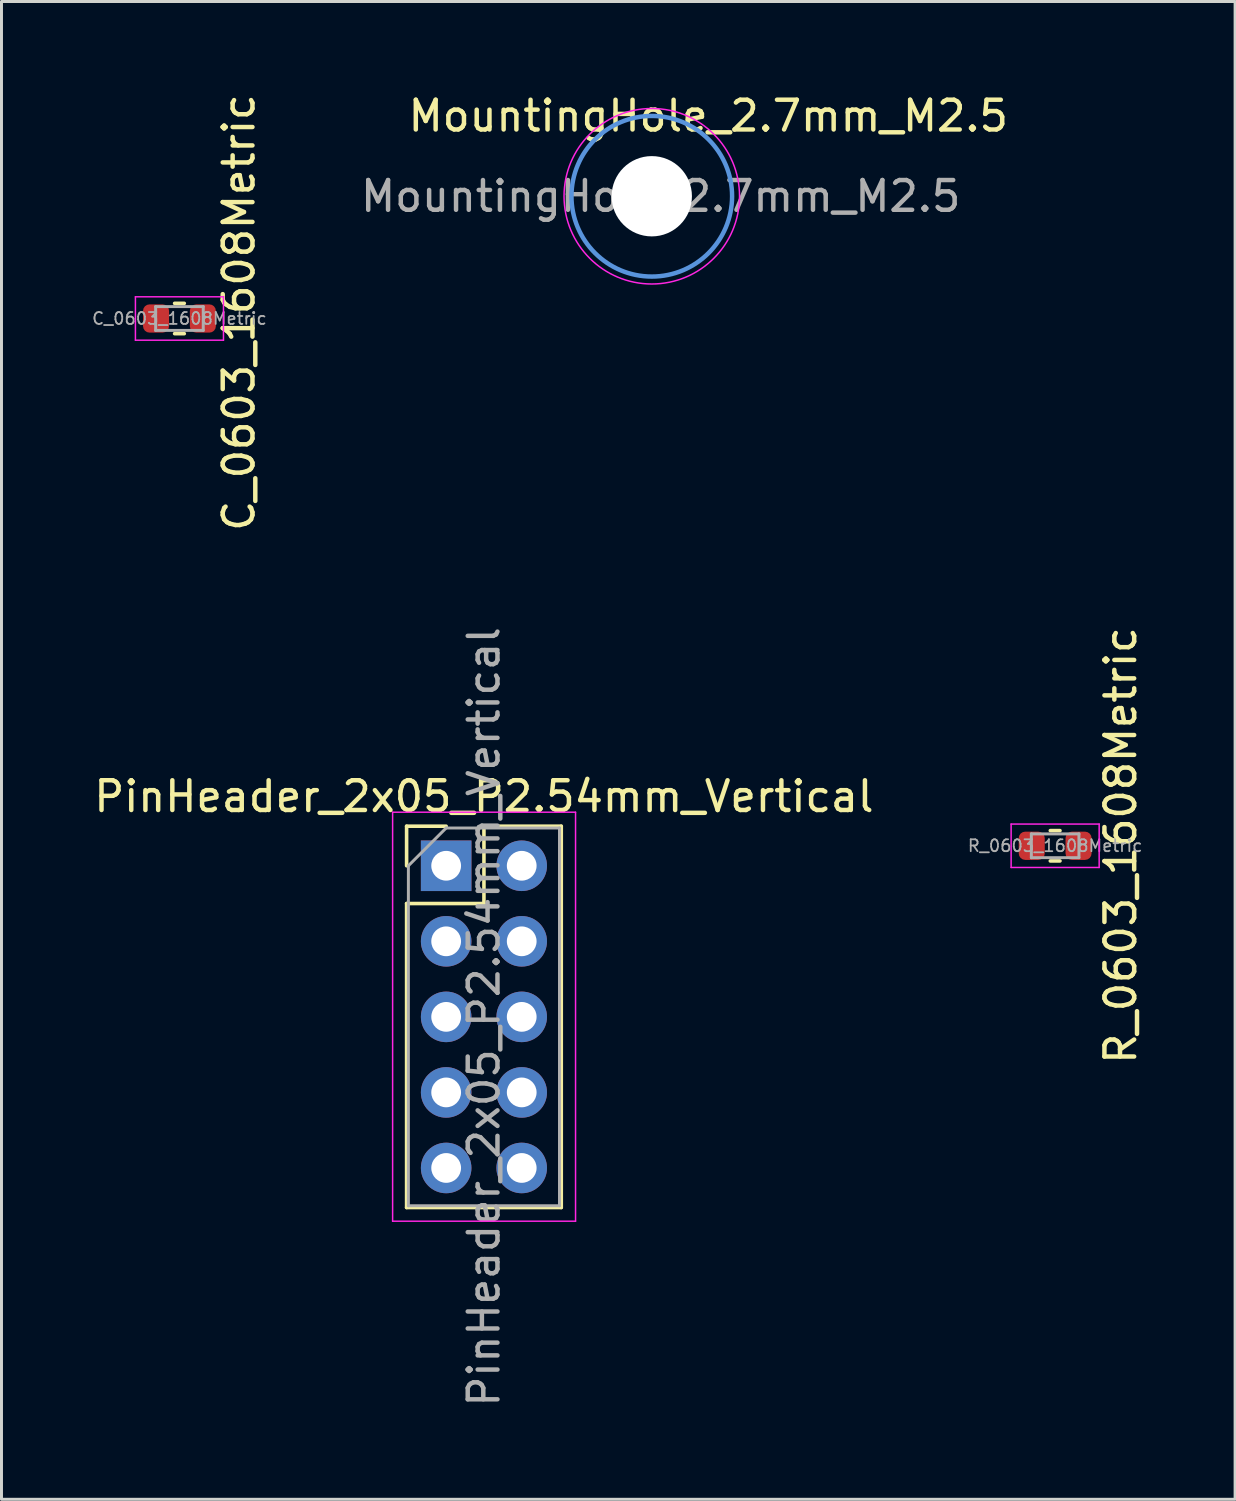
<source format=kicad_pcb>
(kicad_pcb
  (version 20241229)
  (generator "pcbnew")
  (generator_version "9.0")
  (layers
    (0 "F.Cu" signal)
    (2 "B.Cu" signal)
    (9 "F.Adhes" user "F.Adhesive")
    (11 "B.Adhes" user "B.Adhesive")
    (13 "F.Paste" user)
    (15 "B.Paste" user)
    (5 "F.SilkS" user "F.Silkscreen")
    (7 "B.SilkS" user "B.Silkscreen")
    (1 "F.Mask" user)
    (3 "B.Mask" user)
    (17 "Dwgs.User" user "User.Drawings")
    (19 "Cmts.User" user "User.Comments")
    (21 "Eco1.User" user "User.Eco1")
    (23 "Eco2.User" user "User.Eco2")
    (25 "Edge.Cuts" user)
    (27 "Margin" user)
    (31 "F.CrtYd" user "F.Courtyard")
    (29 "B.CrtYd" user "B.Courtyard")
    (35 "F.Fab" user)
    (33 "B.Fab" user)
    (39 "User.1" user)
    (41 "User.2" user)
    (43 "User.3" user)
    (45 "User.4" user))
  (footprint "R_0603_1608Metric"
    (layer "F.Cu")
    (at 32.424 25.385)
    (property "Reference" "R_0603_1608Metric" (at 2.202 -0.01 270) (layer "F.SilkS") (effects (font (size 1 1) (thickness 0.15))))
    (attr smd)
    (fp_line (start -0.163 -0.51) (end 0.163 -0.51) (stroke (width 0.12) (type solid)) (layer "F.SilkS"))
    (fp_line (start -0.163 0.51) (end 0.163 0.51) (stroke (width 0.12) (type solid)) (layer "F.SilkS"))
    (fp_line (start -1.48 -0.73) (end 1.48 -0.73) (stroke (width 0.05) (type solid)) (layer "F.CrtYd"))
    (fp_line (start -1.48 0.73) (end -1.48 -0.73) (stroke (width 0.05) (type solid)) (layer "F.CrtYd"))
    (fp_line (start 1.48 -0.73) (end 1.48 0.73) (stroke (width 0.05) (type solid)) (layer "F.CrtYd"))
    (fp_line (start 1.48 0.73) (end -1.48 0.73) (stroke (width 0.05) (type solid)) (layer "F.CrtYd"))
    (fp_line (start -0.8 -0.4) (end 0.8 -0.4) (stroke (width 0.1) (type solid)) (layer "F.Fab"))
    (fp_line (start -0.8 0.4) (end -0.8 -0.4) (stroke (width 0.1) (type solid)) (layer "F.Fab"))
    (fp_line (start 0.8 -0.4) (end 0.8 0.4) (stroke (width 0.1) (type solid)) (layer "F.Fab"))
    (fp_line (start 0.8 0.4) (end -0.8 0.4) (stroke (width 0.1) (type solid)) (layer "F.Fab"))
    (fp_text user "${REFERENCE}" (at 0 0 180) (layer "F.Fab") (effects (font (size 0.4 0.4) (thickness 0.06))))
    (pad "1" smd roundrect (at -0.787 0) (size 0.875 0.95) (layers "F.Cu" "F.Mask" "F.Paste") (roundrect_rratio 0.25))
    (pad "2" smd roundrect (at 0.787 0) (size 0.875 0.95) (layers "F.Cu" "F.Mask" "F.Paste") (roundrect_rratio 0.25)))
  (footprint "PinHeader_2x05_P2.54mm_Vertical"
    (layer "F.Cu")
    (at 11.95 26.057)
    (property "Reference" "PinHeader_2x05_P2.54mm_Vertical" (at 1.27 -2.33 0) (layer "F.SilkS") (effects (font (size 1 1) (thickness 0.15))))
    (attr through_hole)
    (fp_line (start -1.33 -1.33) (end 0 -1.33) (stroke (width 0.12) (type solid)) (layer "F.SilkS"))
    (fp_line (start -1.33 0) (end -1.33 -1.33) (stroke (width 0.12) (type solid)) (layer "F.SilkS"))
    (fp_line (start -1.33 1.27) (end -1.33 11.49) (stroke (width 0.12) (type solid)) (layer "F.SilkS"))
    (fp_line (start -1.33 1.27) (end 1.27 1.27) (stroke (width 0.12) (type solid)) (layer "F.SilkS"))
    (fp_line (start -1.33 11.49) (end 3.87 11.49) (stroke (width 0.12) (type solid)) (layer "F.SilkS"))
    (fp_line (start 1.27 -1.33) (end 3.87 -1.33) (stroke (width 0.12) (type solid)) (layer "F.SilkS"))
    (fp_line (start 1.27 1.27) (end 1.27 -1.33) (stroke (width 0.12) (type solid)) (layer "F.SilkS"))
    (fp_line (start 3.87 -1.33) (end 3.87 11.49) (stroke (width 0.12) (type solid)) (layer "F.SilkS"))
    (fp_line (start -1.8 -1.8) (end -1.8 11.95) (stroke (width 0.05) (type solid)) (layer "F.CrtYd"))
    (fp_line (start -1.8 11.95) (end 4.35 11.95) (stroke (width 0.05) (type solid)) (layer "F.CrtYd"))
    (fp_line (start 4.35 -1.8) (end -1.8 -1.8) (stroke (width 0.05) (type solid)) (layer "F.CrtYd"))
    (fp_line (start 4.35 11.95) (end 4.35 -1.8) (stroke (width 0.05) (type solid)) (layer "F.CrtYd"))
    (fp_line (start -1.27 0) (end 0 -1.27) (stroke (width 0.1) (type solid)) (layer "F.Fab"))
    (fp_line (start -1.27 11.43) (end -1.27 0) (stroke (width 0.1) (type solid)) (layer "F.Fab"))
    (fp_line (start 0 -1.27) (end 3.81 -1.27) (stroke (width 0.1) (type solid)) (layer "F.Fab"))
    (fp_line (start 3.81 -1.27) (end 3.81 11.43) (stroke (width 0.1) (type solid)) (layer "F.Fab"))
    (fp_line (start 3.81 11.43) (end -1.27 11.43) (stroke (width 0.1) (type solid)) (layer "F.Fab"))
    (fp_text user "${REFERENCE}" (at 1.27 5.08 90) (layer "F.Fab") (effects (font (size 1 1) (thickness 0.15))))
    (pad "1" thru_hole rect (at 0 0) (size 1.7 1.7) (drill 1) (layers "*.Cu" "*.Mask"))
    (pad "2" thru_hole oval (at 2.54 0) (size 1.7 1.7) (drill 1) (layers "*.Cu" "*.Mask"))
    (pad "3" thru_hole oval (at 0 2.54) (size 1.7 1.7) (drill 1) (layers "*.Cu" "*.Mask"))
    (pad "4" thru_hole oval (at 2.54 2.54) (size 1.7 1.7) (drill 1) (layers "*.Cu" "*.Mask"))
    (pad "5" thru_hole oval (at 0 5.08) (size 1.7 1.7) (drill 1) (layers "*.Cu" "*.Mask"))
    (pad "6" thru_hole oval (at 2.54 5.08) (size 1.7 1.7) (drill 1) (layers "*.Cu" "*.Mask"))
    (pad "7" thru_hole oval (at 0 7.62) (size 1.7 1.7) (drill 1) (layers "*.Cu" "*.Mask"))
    (pad "8" thru_hole oval (at 2.54 7.62) (size 1.7 1.7) (drill 1) (layers "*.Cu" "*.Mask"))
    (pad "9" thru_hole oval (at 0 10.16) (size 1.7 1.7) (drill 1) (layers "*.Cu" "*.Mask"))
    (pad "10" thru_hole oval (at 2.54 10.16) (size 1.7 1.7) (drill 1) (layers "*.Cu" "*.Mask")))
  (footprint "MountingHole_2.7mm_M2.5"
    (layer "F.Cu")
    (at 18.863 3.548)
    (property "Reference" "MountingHole_2.7mm_M2.5" (at 1.9 -2.7 0) (layer "F.SilkS") (effects (font (size 1 1) (thickness 0.15))))
    (attr exclude_from_pos_files exclude_from_bom)
    (fp_circle (center 0 0) (end 2.7 0) (stroke (width 0.15) (type solid)) (fill no) (layer "Cmts.User"))
    (fp_circle (center 0 0) (end 2.95 0) (stroke (width 0.05) (type solid)) (fill no) (layer "F.CrtYd"))
    (fp_text user "${REFERENCE}" (at 0.3 0 0) (layer "F.Fab") (effects (font (size 1 1) (thickness 0.15))))
    (pad "" np_thru_hole circle (at 0 0) (size 2.7 2.7) (drill 2.7) (layers "*.Cu" "*.Mask")))
  (footprint "C_0603_1608Metric"
    (layer "F.Cu")
    (at 2.983 7.658)
    (property "Reference" "C_0603_1608Metric" (at 2 -0.2 90) (layer "F.SilkS") (effects (font (size 1 1) (thickness 0.15))))
    (attr smd)
    (fp_line (start -0.163 -0.51) (end 0.163 -0.51) (stroke (width 0.12) (type solid)) (layer "F.SilkS"))
    (fp_line (start -0.163 0.51) (end 0.163 0.51) (stroke (width 0.12) (type solid)) (layer "F.SilkS"))
    (fp_line (start -1.48 -0.73) (end 1.48 -0.73) (stroke (width 0.05) (type solid)) (layer "F.CrtYd"))
    (fp_line (start -1.48 0.73) (end -1.48 -0.73) (stroke (width 0.05) (type solid)) (layer "F.CrtYd"))
    (fp_line (start 1.48 -0.73) (end 1.48 0.73) (stroke (width 0.05) (type solid)) (layer "F.CrtYd"))
    (fp_line (start 1.48 0.73) (end -1.48 0.73) (stroke (width 0.05) (type solid)) (layer "F.CrtYd"))
    (fp_line (start -0.8 -0.4) (end 0.8 -0.4) (stroke (width 0.1) (type solid)) (layer "F.Fab"))
    (fp_line (start -0.8 0.4) (end -0.8 -0.4) (stroke (width 0.1) (type solid)) (layer "F.Fab"))
    (fp_line (start 0.8 -0.4) (end 0.8 0.4) (stroke (width 0.1) (type solid)) (layer "F.Fab"))
    (fp_line (start 0.8 0.4) (end -0.8 0.4) (stroke (width 0.1) (type solid)) (layer "F.Fab"))
    (fp_text user "${REFERENCE}" (at 0 0 0) (layer "F.Fab") (effects (font (size 0.4 0.4) (thickness 0.06))))
    (pad "1" smd roundrect (at -0.787 0) (size 0.875 0.95) (layers "F.Cu" "F.Mask" "F.Paste") (roundrect_rratio 0.25))
    (pad "2" smd roundrect (at 0.787 0) (size 0.875 0.95) (layers "F.Cu" "F.Mask" "F.Paste") (roundrect_rratio 0.25)))
  (gr_rect
    (start -3 -3)
    (end 38.474 47.357)
    (stroke (width 0.1) (type default))
    (fill no)
    (layer "Edge.Cuts")))
</source>
